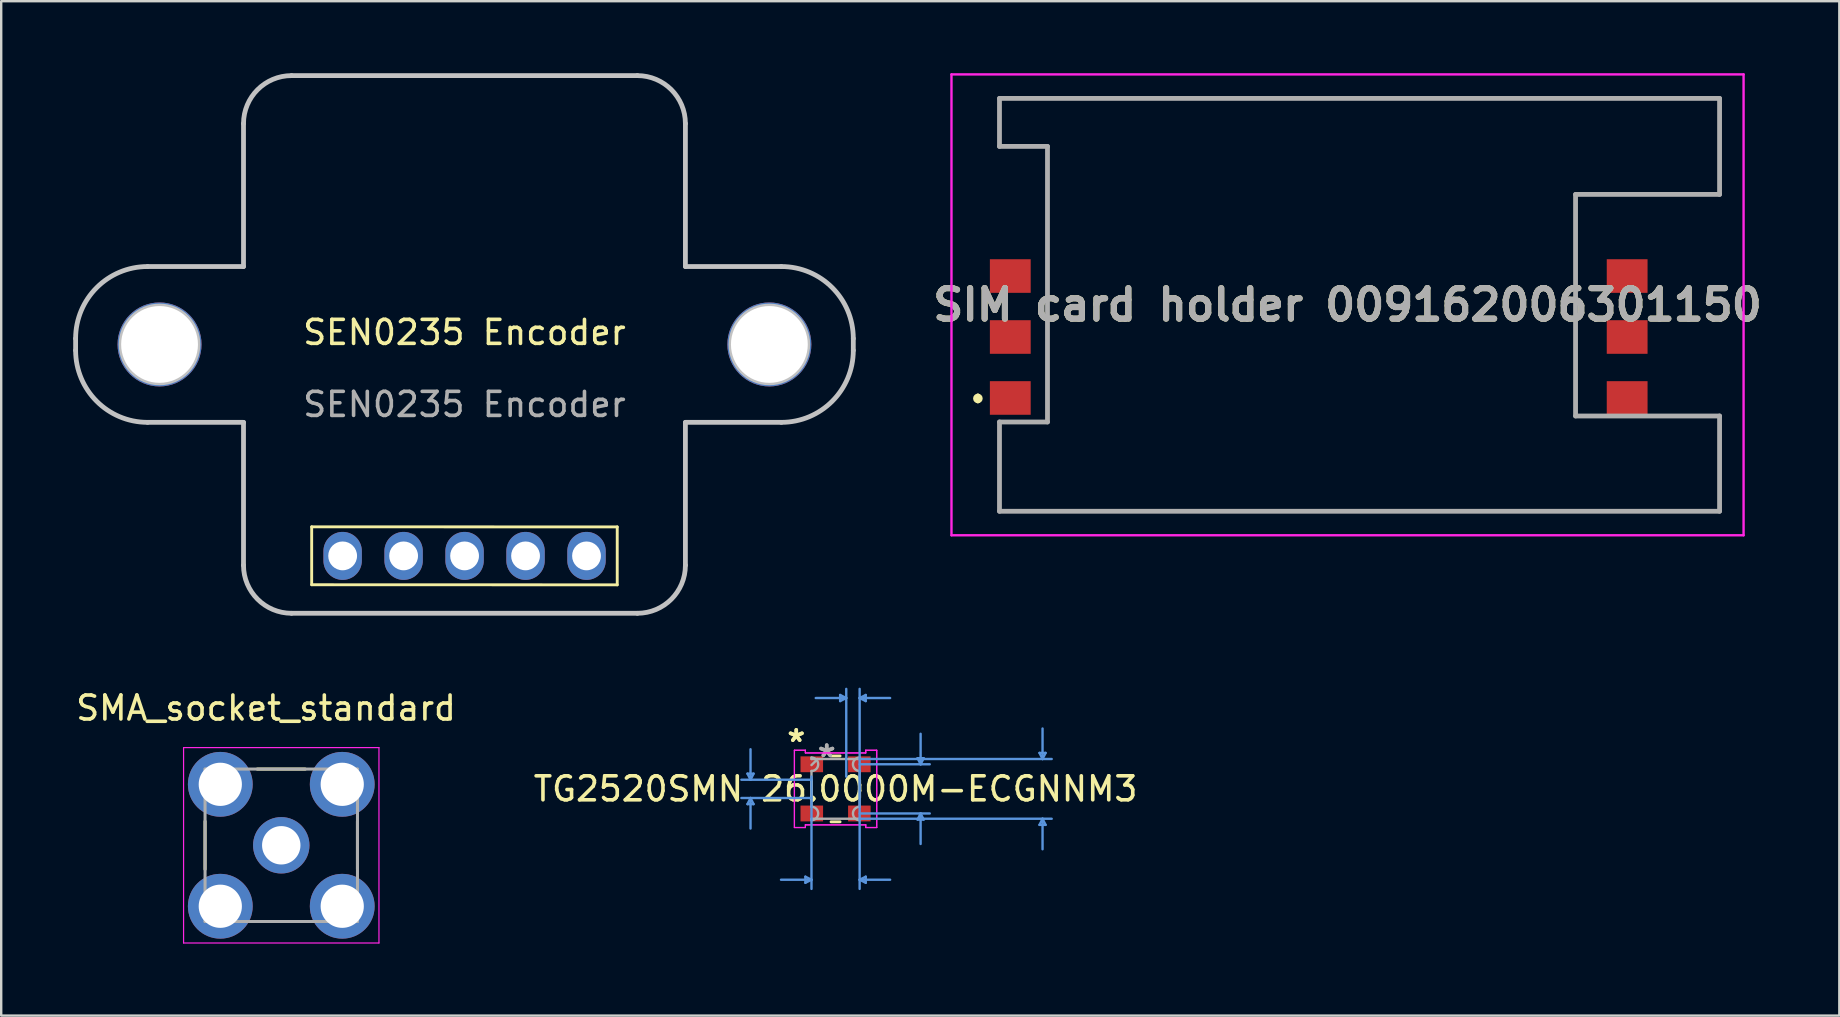
<source format=kicad_pcb>
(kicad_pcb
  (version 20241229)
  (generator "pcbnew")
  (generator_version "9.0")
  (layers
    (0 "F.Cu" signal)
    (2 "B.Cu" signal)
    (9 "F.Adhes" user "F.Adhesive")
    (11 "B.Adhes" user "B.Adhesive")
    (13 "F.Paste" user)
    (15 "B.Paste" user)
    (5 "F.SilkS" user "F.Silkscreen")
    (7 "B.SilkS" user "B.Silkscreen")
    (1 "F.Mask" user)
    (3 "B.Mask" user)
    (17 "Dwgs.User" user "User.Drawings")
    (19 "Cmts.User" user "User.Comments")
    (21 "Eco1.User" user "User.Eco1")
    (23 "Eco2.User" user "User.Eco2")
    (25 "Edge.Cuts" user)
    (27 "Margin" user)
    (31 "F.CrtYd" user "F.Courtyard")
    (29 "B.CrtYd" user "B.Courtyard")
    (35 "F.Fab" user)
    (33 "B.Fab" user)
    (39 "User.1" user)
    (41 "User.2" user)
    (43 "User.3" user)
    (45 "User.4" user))
  (footprint "SEN0235 Encoder"
    (layer "F.Cu")
    (at 16.3 11.3)
    (property "Reference" "SEN0235 Encoder" (at 0 -0.5 0) (unlocked yes) (layer "F.SilkS") (effects (font (size 1 1) (thickness 0.15))))
    (attr smd)
    (fp_line (start -6.365 7.598) (end -6.365 10.011) (stroke (width 0.12) (type solid)) (layer "F.SilkS"))
    (fp_line (start -6.365 7.598) (end 6.365 7.602) (stroke (width 0.12) (type solid)) (layer "F.SilkS"))
    (fp_line (start 6.365 7.602) (end 6.365 10.015) (stroke (width 0.12) (type solid)) (layer "F.SilkS"))
    (fp_line (start 6.365 10.015) (end -6.365 10.011) (stroke (width 0.12) (type solid)) (layer "F.SilkS"))
    (fp_line (start -16.2 -0.246) (end -16.2 0.246) (stroke (width 0.2) (type solid)) (layer "Dwgs.User"))
    (fp_line (start -13.2 -3.246) (end -9.205 -3.246) (stroke (width 0.2) (type solid)) (layer "Dwgs.User"))
    (fp_line (start -13.2 3.246) (end -9.205 3.246) (stroke (width 0.2) (type solid)) (layer "Dwgs.User"))
    (fp_line (start -9.205 -9.2) (end -9.205 -3.246) (stroke (width 0.2) (type solid)) (layer "Dwgs.User"))
    (fp_line (start -9.205 3.246) (end -9.205 9.2) (stroke (width 0.2) (type solid)) (layer "Dwgs.User"))
    (fp_line (start -7.205 -11.2) (end 7.205 -11.2) (stroke (width 0.2) (type solid)) (layer "Dwgs.User"))
    (fp_line (start -7.205 11.2) (end 7.205 11.2) (stroke (width 0.2) (type solid)) (layer "Dwgs.User"))
    (fp_line (start 9.205 -9.2) (end 9.205 -3.246) (stroke (width 0.2) (type solid)) (layer "Dwgs.User"))
    (fp_line (start 9.205 -3.246) (end 13.2 -3.246) (stroke (width 0.2) (type solid)) (layer "Dwgs.User"))
    (fp_line (start 9.205 3.246) (end 9.205 9.2) (stroke (width 0.2) (type solid)) (layer "Dwgs.User"))
    (fp_line (start 9.205 3.246) (end 13.2 3.246) (stroke (width 0.2) (type solid)) (layer "Dwgs.User"))
    (fp_line (start 16.2 -0.246) (end 16.2 0.246) (stroke (width 0.2) (type solid)) (layer "Dwgs.User"))
    (fp_arc (start -16.2 -0.245759) (mid -15.321321 -2.36708) (end -13.2 -3.245759) (stroke (width 0.2) (type solid)) (layer "Dwgs.User"))
    (fp_arc (start -13.2 3.245759) (mid -15.321321 2.36708) (end -16.2 0.245759) (stroke (width 0.2) (type solid)) (layer "Dwgs.User"))
    (fp_arc (start -9.205 -9.2) (mid -8.619214 -10.614214) (end -7.205 -11.2) (stroke (width 0.2) (type solid)) (layer "Dwgs.User"))
    (fp_arc (start -7.205 11.2) (mid -8.619214 10.614214) (end -9.205 9.2) (stroke (width 0.2) (type solid)) (layer "Dwgs.User"))
    (fp_arc (start 7.205 -11.2) (mid 8.619214 -10.614214) (end 9.205 -9.2) (stroke (width 0.2) (type solid)) (layer "Dwgs.User"))
    (fp_arc (start 9.205 9.2) (mid 8.619214 10.614214) (end 7.205 11.2) (stroke (width 0.2) (type solid)) (layer "Dwgs.User"))
    (fp_arc (start 13.2 -3.245759) (mid 15.32132 -2.367079) (end 16.2 -0.245759) (stroke (width 0.2) (type solid)) (layer "Dwgs.User"))
    (fp_arc (start 16.2 0.245759) (mid 15.321321 2.36708) (end 13.2 3.245759) (stroke (width 0.2) (type solid)) (layer "Dwgs.User"))
    (fp_circle (center -12.703 0) (end -11.102 0) (stroke (width 0.2) (type solid)) (fill no) (layer "Dwgs.User"))
    (fp_circle (center 12.703 0) (end 14.303 0) (stroke (width 0.2) (type solid)) (fill no) (layer "Dwgs.User"))
    (fp_text user "${REFERENCE}" (at 0 2.5 0) (unlocked yes) (layer "F.Fab") (effects (font (size 1 1) (thickness 0.15))))
    (pad "" np_thru_hole circle (at -12.703 0) (size 3.5 3.5) (drill 3.2) (layers "*.Cu" "*.Mask"))
    (pad "" np_thru_hole circle (at 12.703 0) (size 3.5 3.5) (drill 3.2) (layers "*.Cu" "*.Mask"))
    (pad "1" thru_hole oval (at -5.075 8.809 90) (size 2 1.6) (drill 1.2) (layers "*.Cu" "*.Mask"))
    (pad "2" thru_hole oval (at -2.535 8.809 90) (size 2 1.6) (drill 1.2) (layers "*.Cu" "*.Mask"))
    (pad "3" thru_hole oval (at 0.005 8.809 90) (size 2 1.6) (drill 1.2) (layers "*.Cu" "*.Mask"))
    (pad "4" thru_hole oval (at 2.545 8.809 90) (size 2 1.6) (drill 1.2) (layers "*.Cu" "*.Mask"))
    (pad "5" thru_hole oval (at 5.085 8.809 90) (size 2 1.6) (drill 1.2) (layers "*.Cu" "*.Mask")))
  (footprint "TG2520SMN 26.0000M-ECGNNM3"
    (layer "F.Cu")
    (at 31.761 29.816)
    (property "Reference" "TG2520SMN 26.0000M-ECGNNM3" (at 0 0 0) (layer "F.SilkS") (effects (font (size 1 1) (thickness 0.15))))
    (attr through_hole)
    (fp_line (start -1.003 -0.362) (end -1.003 0.362) (stroke (width 0.12) (type solid)) (layer "F.SilkS"))
    (fp_line (start -0.188 -1.372) (end 0.188 -1.372) (stroke (width 0.12) (type solid)) (layer "F.SilkS"))
    (fp_line (start -0.188 1.372) (end 0.188 1.372) (stroke (width 0.12) (type solid)) (layer "F.SilkS"))
    (fp_line (start 1.003 -0.362) (end 1.003 0.362) (stroke (width 0.12) (type solid)) (layer "F.SilkS"))
    (fp_line (start -3.67 -0.635) (end -3.416 -0.635) (stroke (width 0.1) (type solid)) (layer "Cmts.User"))
    (fp_line (start -3.67 0.635) (end -3.416 0.635) (stroke (width 0.1) (type solid)) (layer "Cmts.User"))
    (fp_line (start -3.543 -0.381) (end -3.67 -0.635) (stroke (width 0.1) (type solid)) (layer "Cmts.User"))
    (fp_line (start -3.543 -0.381) (end -3.543 -1.651) (stroke (width 0.1) (type solid)) (layer "Cmts.User"))
    (fp_line (start -3.543 -0.381) (end -3.416 -0.635) (stroke (width 0.1) (type solid)) (layer "Cmts.User"))
    (fp_line (start -3.543 0.381) (end -3.67 0.635) (stroke (width 0.1) (type solid)) (layer "Cmts.User"))
    (fp_line (start -3.543 0.381) (end -3.543 1.651) (stroke (width 0.1) (type solid)) (layer "Cmts.User"))
    (fp_line (start -3.543 0.381) (end -3.416 0.635) (stroke (width 0.1) (type solid)) (layer "Cmts.User"))
    (fp_line (start -1.257 3.658) (end -1.257 3.912) (stroke (width 0.1) (type solid)) (layer "Cmts.User"))
    (fp_line (start -1.003 -0.512) (end -1.003 4.166) (stroke (width 0.1) (type solid)) (layer "Cmts.User"))
    (fp_line (start -1.003 -0.381) (end -3.924 -0.381) (stroke (width 0.1) (type solid)) (layer "Cmts.User"))
    (fp_line (start -1.003 0.381) (end -3.924 0.381) (stroke (width 0.1) (type solid)) (layer "Cmts.User"))
    (fp_line (start -1.003 3.785) (end -2.273 3.785) (stroke (width 0.1) (type solid)) (layer "Cmts.User"))
    (fp_line (start -1.003 3.785) (end -1.257 3.658) (stroke (width 0.1) (type solid)) (layer "Cmts.User"))
    (fp_line (start -1.003 3.785) (end -1.257 3.912) (stroke (width 0.1) (type solid)) (layer "Cmts.User"))
    (fp_line (start 0.191 -3.912) (end 0.191 -3.658) (stroke (width 0.1) (type solid)) (layer "Cmts.User"))
    (fp_line (start 0.445 -3.785) (end -0.826 -3.785) (stroke (width 0.1) (type solid)) (layer "Cmts.User"))
    (fp_line (start 0.445 -3.785) (end 0.191 -3.912) (stroke (width 0.1) (type solid)) (layer "Cmts.User"))
    (fp_line (start 0.445 -3.785) (end 0.191 -3.658) (stroke (width 0.1) (type solid)) (layer "Cmts.User"))
    (fp_line (start 0.445 -0.512) (end 0.445 -4.166) (stroke (width 0.1) (type solid)) (layer "Cmts.User"))
    (fp_line (start 1.003 -3.785) (end 1.257 -3.912) (stroke (width 0.1) (type solid)) (layer "Cmts.User"))
    (fp_line (start 1.003 -3.785) (end 1.257 -3.658) (stroke (width 0.1) (type solid)) (layer "Cmts.User"))
    (fp_line (start 1.003 -3.785) (end 2.273 -3.785) (stroke (width 0.1) (type solid)) (layer "Cmts.User"))
    (fp_line (start 1.003 -1.245) (end 9.004 -1.245) (stroke (width 0.1) (type solid)) (layer "Cmts.User"))
    (fp_line (start 1.003 -1.025) (end 3.924 -1.025) (stroke (width 0.1) (type solid)) (layer "Cmts.User"))
    (fp_line (start 1.003 -0.512) (end 1.003 -4.166) (stroke (width 0.1) (type solid)) (layer "Cmts.User"))
    (fp_line (start 1.003 -0.512) (end 1.003 4.166) (stroke (width 0.1) (type solid)) (layer "Cmts.User"))
    (fp_line (start 1.003 1.025) (end 3.924 1.025) (stroke (width 0.1) (type solid)) (layer "Cmts.User"))
    (fp_line (start 1.003 1.245) (end 9.004 1.245) (stroke (width 0.1) (type solid)) (layer "Cmts.User"))
    (fp_line (start 1.003 3.785) (end 1.257 3.658) (stroke (width 0.1) (type solid)) (layer "Cmts.User"))
    (fp_line (start 1.003 3.785) (end 1.257 3.912) (stroke (width 0.1) (type solid)) (layer "Cmts.User"))
    (fp_line (start 1.003 3.785) (end 2.273 3.785) (stroke (width 0.1) (type solid)) (layer "Cmts.User"))
    (fp_line (start 1.257 -3.912) (end 1.257 -3.658) (stroke (width 0.1) (type solid)) (layer "Cmts.User"))
    (fp_line (start 1.257 3.658) (end 1.257 3.912) (stroke (width 0.1) (type solid)) (layer "Cmts.User"))
    (fp_line (start 3.416 -1.279) (end 3.67 -1.279) (stroke (width 0.1) (type solid)) (layer "Cmts.User"))
    (fp_line (start 3.416 1.279) (end 3.67 1.279) (stroke (width 0.1) (type solid)) (layer "Cmts.User"))
    (fp_line (start 3.543 -1.025) (end 3.416 -1.279) (stroke (width 0.1) (type solid)) (layer "Cmts.User"))
    (fp_line (start 3.543 -1.025) (end 3.543 -2.295) (stroke (width 0.1) (type solid)) (layer "Cmts.User"))
    (fp_line (start 3.543 -1.025) (end 3.67 -1.279) (stroke (width 0.1) (type solid)) (layer "Cmts.User"))
    (fp_line (start 3.543 1.025) (end 3.416 1.279) (stroke (width 0.1) (type solid)) (layer "Cmts.User"))
    (fp_line (start 3.543 1.025) (end 3.543 2.295) (stroke (width 0.1) (type solid)) (layer "Cmts.User"))
    (fp_line (start 3.543 1.025) (end 3.67 1.279) (stroke (width 0.1) (type solid)) (layer "Cmts.User"))
    (fp_line (start 8.496 -1.499) (end 8.75 -1.499) (stroke (width 0.1) (type solid)) (layer "Cmts.User"))
    (fp_line (start 8.496 1.499) (end 8.75 1.499) (stroke (width 0.1) (type solid)) (layer "Cmts.User"))
    (fp_line (start 8.623 -1.245) (end 8.496 -1.499) (stroke (width 0.1) (type solid)) (layer "Cmts.User"))
    (fp_line (start 8.623 -1.245) (end 8.623 -2.515) (stroke (width 0.1) (type solid)) (layer "Cmts.User"))
    (fp_line (start 8.623 -1.245) (end 8.75 -1.499) (stroke (width 0.1) (type solid)) (layer "Cmts.User"))
    (fp_line (start 8.623 1.245) (end 8.496 1.499) (stroke (width 0.1) (type solid)) (layer "Cmts.User"))
    (fp_line (start 8.623 1.245) (end 8.623 2.515) (stroke (width 0.1) (type solid)) (layer "Cmts.User"))
    (fp_line (start 8.623 1.245) (end 8.75 1.499) (stroke (width 0.1) (type solid)) (layer "Cmts.User"))
    (fp_line (start -1.714 -1.609) (end -1.257 -1.609) (stroke (width 0.05) (type solid)) (layer "F.CrtYd"))
    (fp_line (start -1.714 -1.609) (end -1.257 -1.609) (stroke (width 0.05) (type solid)) (layer "F.CrtYd"))
    (fp_line (start -1.714 1.609) (end -1.714 -1.609) (stroke (width 0.05) (type solid)) (layer "F.CrtYd"))
    (fp_line (start -1.714 1.609) (end -1.714 -1.609) (stroke (width 0.05) (type solid)) (layer "F.CrtYd"))
    (fp_line (start -1.714 1.609) (end -1.257 1.609) (stroke (width 0.05) (type solid)) (layer "F.CrtYd"))
    (fp_line (start -1.257 -1.609) (end -1.257 -1.499) (stroke (width 0.05) (type solid)) (layer "F.CrtYd"))
    (fp_line (start -1.257 -1.609) (end -1.257 -1.499) (stroke (width 0.05) (type solid)) (layer "F.CrtYd"))
    (fp_line (start -1.257 -1.499) (end 1.257 -1.499) (stroke (width 0.05) (type solid)) (layer "F.CrtYd"))
    (fp_line (start -1.257 -1.499) (end 1.257 -1.499) (stroke (width 0.05) (type solid)) (layer "F.CrtYd"))
    (fp_line (start -1.257 1.499) (end -1.257 1.609) (stroke (width 0.05) (type solid)) (layer "F.CrtYd"))
    (fp_line (start -1.257 1.499) (end -1.257 1.609) (stroke (width 0.05) (type solid)) (layer "F.CrtYd"))
    (fp_line (start -1.257 1.609) (end -1.714 1.609) (stroke (width 0.05) (type solid)) (layer "F.CrtYd"))
    (fp_line (start 1.257 -1.609) (end 1.714 -1.609) (stroke (width 0.05) (type solid)) (layer "F.CrtYd"))
    (fp_line (start 1.257 -1.499) (end 1.257 -1.609) (stroke (width 0.05) (type solid)) (layer "F.CrtYd"))
    (fp_line (start 1.257 -1.499) (end 1.257 -1.609) (stroke (width 0.05) (type solid)) (layer "F.CrtYd"))
    (fp_line (start 1.257 1.499) (end -1.257 1.499) (stroke (width 0.05) (type solid)) (layer "F.CrtYd"))
    (fp_line (start 1.257 1.499) (end -1.257 1.499) (stroke (width 0.05) (type solid)) (layer "F.CrtYd"))
    (fp_line (start 1.257 1.609) (end 1.257 1.499) (stroke (width 0.05) (type solid)) (layer "F.CrtYd"))
    (fp_line (start 1.257 1.609) (end 1.257 1.499) (stroke (width 0.05) (type solid)) (layer "F.CrtYd"))
    (fp_line (start 1.714 -1.609) (end 1.257 -1.609) (stroke (width 0.05) (type solid)) (layer "F.CrtYd"))
    (fp_line (start 1.714 -1.609) (end 1.714 1.609) (stroke (width 0.05) (type solid)) (layer "F.CrtYd"))
    (fp_line (start 1.714 -1.609) (end 1.714 1.609) (stroke (width 0.05) (type solid)) (layer "F.CrtYd"))
    (fp_line (start 1.714 1.609) (end 1.257 1.609) (stroke (width 0.05) (type solid)) (layer "F.CrtYd"))
    (fp_line (start 1.714 1.609) (end 1.257 1.609) (stroke (width 0.05) (type solid)) (layer "F.CrtYd"))
    (fp_line (start -1.003 -1.304) (end -1.003 -1.245) (stroke (width 0.1) (type solid)) (layer "F.Fab"))
    (fp_line (start -1.003 -1.245) (end 1.003 -1.245) (stroke (width 0.1) (type solid)) (layer "F.Fab"))
    (fp_line (start -1.003 -0.746) (end -1.003 0.746) (stroke (width 0.1) (type solid)) (layer "F.Fab"))
    (fp_line (start -1.003 1.245) (end 1.003 1.245) (stroke (width 0.1) (type solid)) (layer "F.Fab"))
    (fp_line (start -1.003 1.304) (end -1.003 1.245) (stroke (width 0.1) (type solid)) (layer "F.Fab"))
    (fp_line (start -0.749 -1.245) (end -1.003 -0.991) (stroke (width 0.1) (type solid)) (layer "F.Fab"))
    (fp_line (start 1.003 -1.304) (end 1.003 -1.245) (stroke (width 0.1) (type solid)) (layer "F.Fab"))
    (fp_line (start 1.003 -0.746) (end 1.003 0.746) (stroke (width 0.1) (type solid)) (layer "F.Fab"))
    (fp_line (start 1.003 1.304) (end 1.003 1.245) (stroke (width 0.1) (type solid)) (layer "F.Fab"))
    (fp_arc (start -1.0033 -1.304399) (mid -0.7239 -1.024999) (end -1.0033 -0.745599) (stroke (width 0.1) (type solid)) (layer "F.Fab"))
    (fp_arc (start -1.0033 0.745599) (mid -0.7239 1.024999) (end -1.0033 1.304399) (stroke (width 0.1) (type solid)) (layer "F.Fab"))
    (fp_arc (start 1.0033 -0.745599) (mid 0.7239 -1.024999) (end 1.0033 -1.304399) (stroke (width 0.1) (type solid)) (layer "F.Fab"))
    (fp_arc (start 1.0033 1.304399) (mid 0.7239 1.024999) (end 1.0033 0.745599) (stroke (width 0.1) (type solid)) (layer "F.Fab"))
    (fp_text user "*" (at -1.638 -1.914 0) (layer "F.SilkS") (effects (font (size 1 1) (thickness 0.15))))
    (fp_text user "*" (at -1.638 -1.914 0) (layer "F.SilkS") (effects (font (size 1 1) (thickness 0.15))))
    (fp_text user "Copyright 2021 Accelerated Designs. All rights reserved." (at 0 0 0) (layer "Cmts.User") (effects (font (size 0.127 0.127) (thickness 0.002))))
    (fp_text user "*" (at -0.368 -1.279 0) (layer "F.Fab") (effects (font (size 1 1) (thickness 0.15))))
    (fp_text user "*" (at -0.368 -1.279 0) (layer "F.Fab") (effects (font (size 1 1) (thickness 0.15))))
    (pad "1" smd rect (at -0.991 -1.025) (size 0.94 0.66) (layers "F.Cu" "F.Mask" "F.Paste"))
    (pad "2" smd rect (at -0.991 1.025) (size 0.94 0.66) (layers "F.Cu" "F.Mask" "F.Paste"))
    (pad "3" smd rect (at 0.991 1.025) (size 0.94 0.66) (layers "F.Cu" "F.Mask" "F.Paste"))
    (pad "4" smd rect (at 0.991 -1.025) (size 0.94 0.66) (layers "F.Cu" "F.Mask" "F.Paste")))
  (footprint "SMA_socket_standard"
    (layer "F.Cu")
    (at 8.668 32.166)
    (property "Reference" "SMA_socket_standard" (at -0.635 -5.717 0) (layer "F.SilkS") (effects (font (size 1 1) (thickness 0.15))))
    (attr through_hole)
    (fp_line (start -3.175 1) (end -3.175 -1) (stroke (width 0.127) (type solid)) (layer "F.SilkS"))
    (fp_line (start -1 -3.175) (end 1 -3.175) (stroke (width 0.127) (type solid)) (layer "F.SilkS"))
    (fp_line (start 1 3.175) (end -1 3.175) (stroke (width 0.127) (type solid)) (layer "F.SilkS"))
    (fp_line (start 3.175 1) (end 3.175 -1) (stroke (width 0.127) (type solid)) (layer "F.SilkS"))
    (fp_line (start -4.07 -4.07) (end 4.07 -4.07) (stroke (width 0.05) (type solid)) (layer "F.CrtYd"))
    (fp_line (start -4.07 4.07) (end -4.07 -4.07) (stroke (width 0.05) (type solid)) (layer "F.CrtYd"))
    (fp_line (start 4.07 -4.07) (end 4.07 4.07) (stroke (width 0.05) (type solid)) (layer "F.CrtYd"))
    (fp_line (start 4.07 4.07) (end -4.07 4.07) (stroke (width 0.05) (type solid)) (layer "F.CrtYd"))
    (fp_line (start -3.175 -3.175) (end 3.175 -3.175) (stroke (width 0.127) (type solid)) (layer "F.Fab"))
    (fp_line (start -3.175 3.175) (end -3.175 -3.175) (stroke (width 0.127) (type solid)) (layer "F.Fab"))
    (fp_line (start 3.175 -3.175) (end 3.175 3.175) (stroke (width 0.127) (type solid)) (layer "F.Fab"))
    (fp_line (start 3.175 3.175) (end -3.175 3.175) (stroke (width 0.127) (type solid)) (layer "F.Fab"))
    (pad "1" thru_hole circle (at 0 0) (size 2.35 2.35) (drill 1.6) (layers "*.Cu" "*.Mask"))
    (pad "S1" thru_hole circle (at -2.54 -2.54) (size 2.7 2.7) (drill 1.8) (layers "*.Cu" "*.Mask"))
    (pad "S2" thru_hole circle (at 2.54 -2.54) (size 2.7 2.7) (drill 1.8) (layers "*.Cu" "*.Mask"))
    (pad "S3" thru_hole circle (at 2.54 2.54) (size 2.7 2.7) (drill 1.8) (layers "*.Cu" "*.Mask"))
    (pad "S4" thru_hole circle (at -2.54 2.54) (size 2.7 2.7) (drill 1.8) (layers "*.Cu" "*.Mask")))
  (footprint "SIM card holder 009162006301150"
    (layer "F.Cu")
    (at 53.59 9.65)
    (property "Reference" "SIM card holder 009162006301150" (at -0.5 0 0) (layer "F.SilkS") (effects (font (size 1.27 1.27) (thickness 0.254))))
    (attr smd)
    (fp_line (start -15.9 3.8) (end -15.9 3.8) (stroke (width 0.2) (type solid)) (layer "F.SilkS"))
    (fp_line (start -15.9 4) (end -15.9 4) (stroke (width 0.2) (type solid)) (layer "F.SilkS"))
    (fp_line (start -15 -8.6) (end -15 -6.6) (stroke (width 0.1) (type solid)) (layer "F.SilkS"))
    (fp_line (start -15 -6.6) (end -13 -6.6) (stroke (width 0.1) (type solid)) (layer "F.SilkS"))
    (fp_line (start -15 4.88) (end -15 8.6) (stroke (width 0.1) (type solid)) (layer "F.SilkS"))
    (fp_line (start -15 8.6) (end 15 8.6) (stroke (width 0.1) (type solid)) (layer "F.SilkS"))
    (fp_line (start -13 -6.6) (end -13 4.88) (stroke (width 0.1) (type solid)) (layer "F.SilkS"))
    (fp_line (start -13 4.88) (end -15 4.88) (stroke (width 0.1) (type solid)) (layer "F.SilkS"))
    (fp_line (start 9 -4.6) (end 15 -4.6) (stroke (width 0.1) (type solid)) (layer "F.SilkS"))
    (fp_line (start 9 4.63) (end 9 -4.6) (stroke (width 0.1) (type solid)) (layer "F.SilkS"))
    (fp_line (start 10 4.63) (end 9 4.63) (stroke (width 0.1) (type solid)) (layer "F.SilkS"))
    (fp_line (start 15 -8.6) (end -15 -8.6) (stroke (width 0.1) (type solid)) (layer "F.SilkS"))
    (fp_line (start 15 -4.6) (end 15 -8.6) (stroke (width 0.1) (type solid)) (layer "F.SilkS"))
    (fp_line (start 15 4.63) (end 12.5 4.63) (stroke (width 0.1) (type solid)) (layer "F.SilkS"))
    (fp_line (start 15 8.6) (end 15 4.63) (stroke (width 0.1) (type solid)) (layer "F.SilkS"))
    (fp_arc (start -15.9 3.8) (mid -15.8 3.9) (end -15.9 4) (stroke (width 0.2) (type solid)) (layer "F.SilkS"))
    (fp_arc (start -15.9 4) (mid -16 3.9) (end -15.9 3.8) (stroke (width 0.2) (type solid)) (layer "F.SilkS"))
    (fp_line (start -17 -9.6) (end 16 -9.6) (stroke (width 0.1) (type solid)) (layer "F.CrtYd"))
    (fp_line (start -17 9.6) (end -17 -9.6) (stroke (width 0.1) (type solid)) (layer "F.CrtYd"))
    (fp_line (start 16 -9.6) (end 16 9.6) (stroke (width 0.1) (type solid)) (layer "F.CrtYd"))
    (fp_line (start 16 9.6) (end -17 9.6) (stroke (width 0.1) (type solid)) (layer "F.CrtYd"))
    (fp_line (start -15 -8.6) (end -15 -6.6) (stroke (width 0.2) (type solid)) (layer "F.Fab"))
    (fp_line (start -15 -6.6) (end -13 -6.6) (stroke (width 0.2) (type solid)) (layer "F.Fab"))
    (fp_line (start -15 4.88) (end -15 8.6) (stroke (width 0.2) (type solid)) (layer "F.Fab"))
    (fp_line (start -15 8.6) (end 15 8.6) (stroke (width 0.2) (type solid)) (layer "F.Fab"))
    (fp_line (start -13 -6.6) (end -13 4.88) (stroke (width 0.2) (type solid)) (layer "F.Fab"))
    (fp_line (start -13 4.88) (end -15 4.88) (stroke (width 0.2) (type solid)) (layer "F.Fab"))
    (fp_line (start 9 -4.6) (end 15 -4.6) (stroke (width 0.2) (type solid)) (layer "F.Fab"))
    (fp_line (start 9 4.63) (end 9 -4.6) (stroke (width 0.2) (type solid)) (layer "F.Fab"))
    (fp_line (start 15 -8.6) (end -15 -8.6) (stroke (width 0.2) (type solid)) (layer "F.Fab"))
    (fp_line (start 15 -4.6) (end 15 -8.6) (stroke (width 0.2) (type solid)) (layer "F.Fab"))
    (fp_line (start 15 4.63) (end 9 4.63) (stroke (width 0.2) (type solid)) (layer "F.Fab"))
    (fp_line (start 15 8.6) (end 15 4.63) (stroke (width 0.2) (type solid)) (layer "F.Fab"))
    (fp_text user "${REFERENCE}" (at -0.5 0 0) (layer "F.Fab") (effects (font (size 1.27 1.27) (thickness 0.254))))
    (pad "1" smd rect (at -14.55 3.88 90) (size 1.4 1.7) (layers "F.Cu" "F.Mask" "F.Paste"))
    (pad "2" smd rect (at -14.55 1.34 90) (size 1.4 1.7) (layers "F.Cu" "F.Mask" "F.Paste"))
    (pad "3" smd rect (at -14.55 -1.2 90) (size 1.4 1.7) (layers "F.Cu" "F.Mask" "F.Paste"))
    (pad "5" smd rect (at 11.15 3.88 90) (size 1.4 1.7) (layers "F.Cu" "F.Mask" "F.Paste"))
    (pad "6" smd rect (at 11.15 1.34 90) (size 1.4 1.7) (layers "F.Cu" "F.Mask" "F.Paste"))
    (pad "7" smd rect (at 11.15 -1.2 90) (size 1.4 1.7) (layers "F.Cu" "F.Mask" "F.Paste")))
  (gr_rect
    (start -3 -3)
    (end 73.579 39.261)
    (stroke (width 0.1) (type default))
    (fill no)
    (layer "Edge.Cuts")))
</source>
